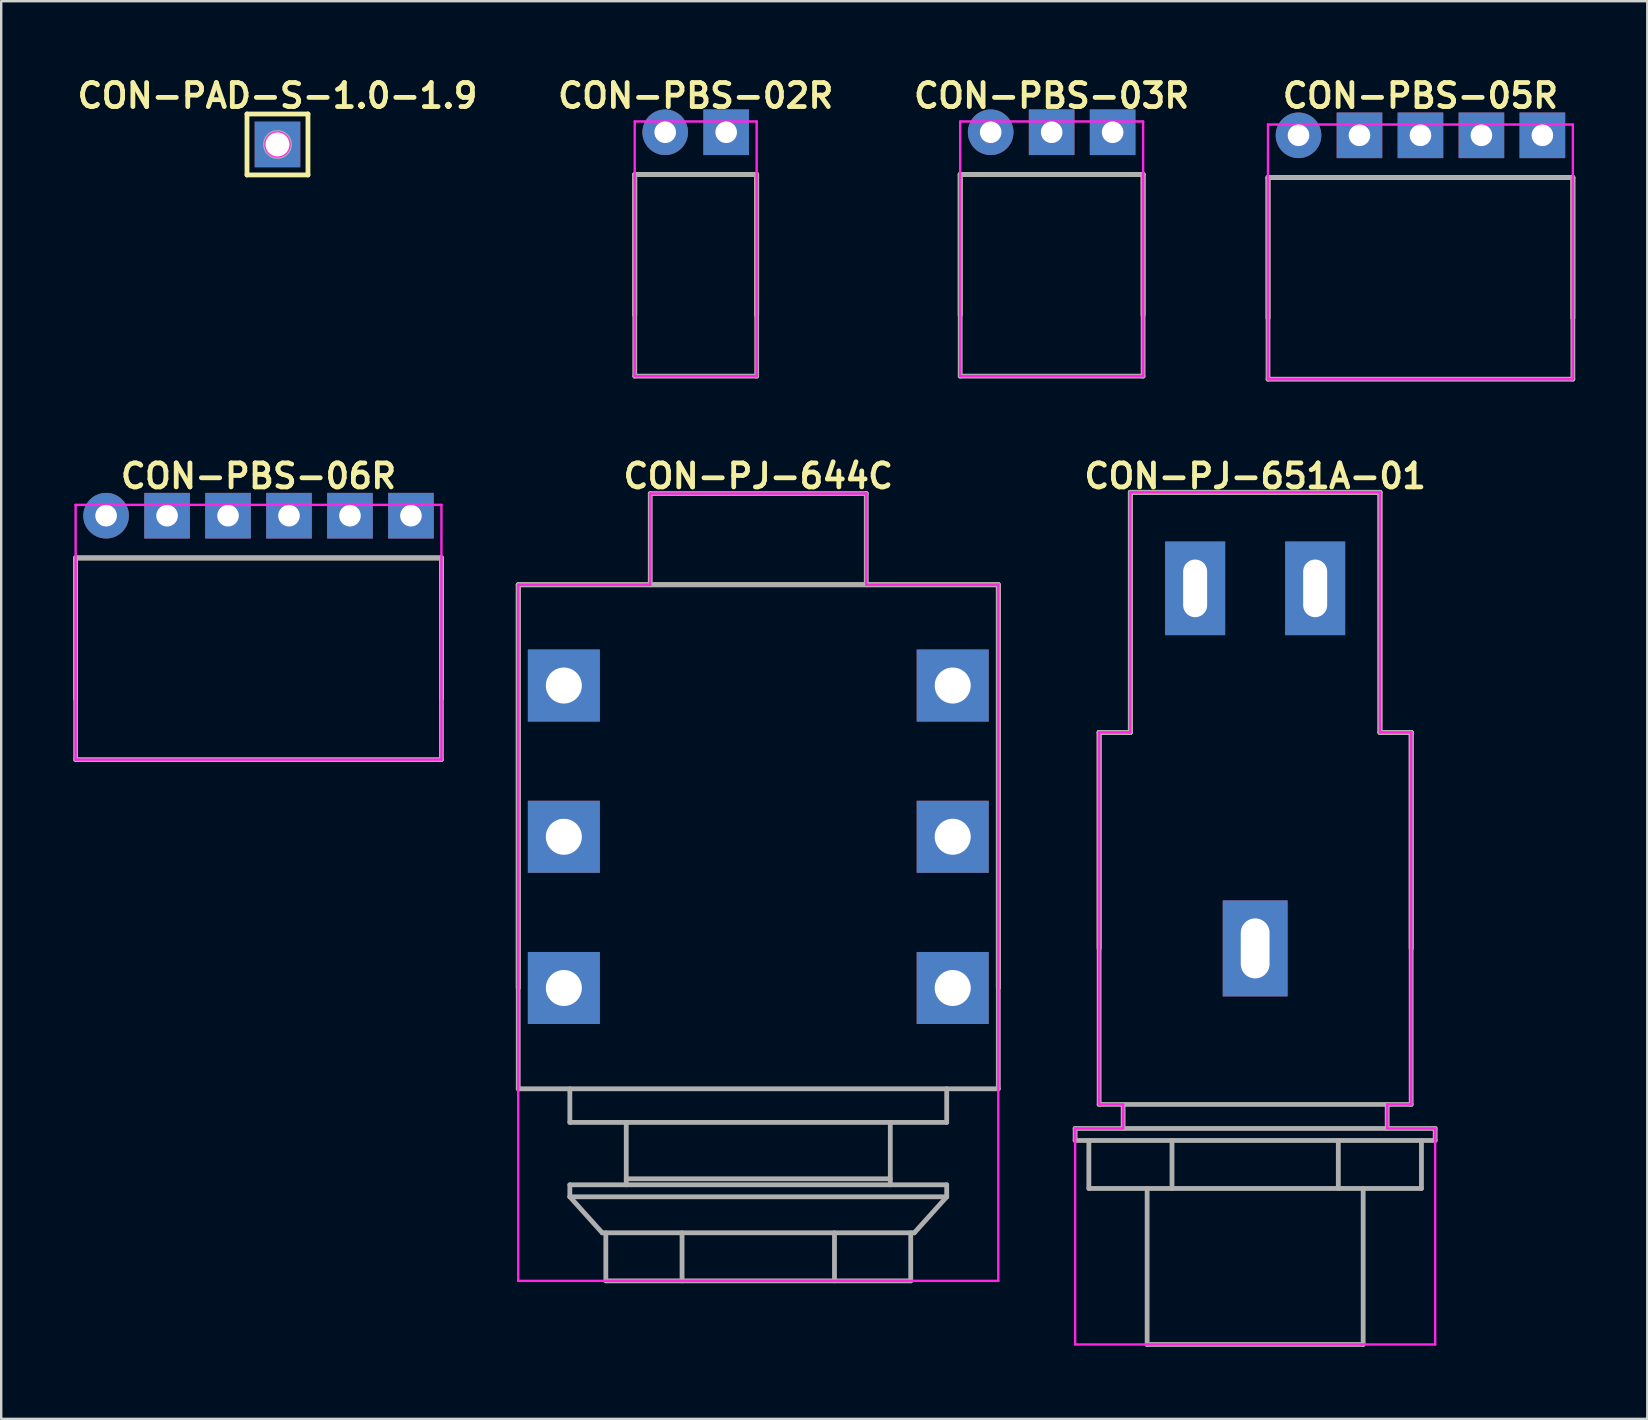
<source format=kicad_pcb>
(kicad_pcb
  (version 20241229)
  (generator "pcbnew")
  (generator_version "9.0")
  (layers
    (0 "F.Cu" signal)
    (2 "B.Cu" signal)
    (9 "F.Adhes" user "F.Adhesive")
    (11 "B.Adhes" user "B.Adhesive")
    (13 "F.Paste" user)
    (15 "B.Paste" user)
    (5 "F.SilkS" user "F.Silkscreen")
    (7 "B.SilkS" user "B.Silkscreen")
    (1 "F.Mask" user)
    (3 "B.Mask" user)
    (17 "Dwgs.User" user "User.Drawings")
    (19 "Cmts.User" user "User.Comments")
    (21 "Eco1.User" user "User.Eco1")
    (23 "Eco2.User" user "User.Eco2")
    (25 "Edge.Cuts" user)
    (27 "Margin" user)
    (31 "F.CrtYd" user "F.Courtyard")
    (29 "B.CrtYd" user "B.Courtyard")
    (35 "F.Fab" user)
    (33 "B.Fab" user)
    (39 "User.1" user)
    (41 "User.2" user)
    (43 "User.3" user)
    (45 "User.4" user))
  (footprint "CON-PAD-S-1.0-1.9"
    (layer "F.Cu")
    (at 8.51 2.968)
    (property "Reference" "CON-PAD-S-1.0-1.9" (at 0 -2.032 0) (layer "F.SilkS") (effects (font (size 1 1) (thickness 0.2))))
    (attr through_hole)
    (fp_line (start -1.27 -1.27) (end -1.27 1.27) (stroke (width 0.2) (type solid)) (layer "F.SilkS"))
    (fp_line (start -1.27 -1.27) (end 1.27 -1.27) (stroke (width 0.2) (type solid)) (layer "F.SilkS"))
    (fp_line (start -1.27 1.27) (end 1.27 1.27) (stroke (width 0.2) (type solid)) (layer "F.SilkS"))
    (fp_line (start 1.27 -1.27) (end 1.27 1.27) (stroke (width 0.2) (type solid)) (layer "F.SilkS"))
    (fp_circle (center 0 0) (end 0.5 0) (stroke (width 0.1) (type solid)) (fill no) (layer "F.CrtYd"))
    (fp_circle (center 0 0) (end 0.5 0) (stroke (width 0.2) (type solid)) (fill no) (layer "F.Fab"))
    (pad "1" thru_hole rect (at 0 0) (size 1.9 1.9) (drill 1) (layers "*.Cu" "*.Mask")))
  (footprint "CON-PJ-644C"
    (layer "F.Cu")
    (at 28.54 42.31)
    (property "Reference" "CON-PJ-644C" (at 0 -25.527 0) (layer "F.SilkS") (effects (font (size 1 1) (thickness 0.2))))
    (attr through_hole)
    (fp_line (start -10 -21) (end -10 -4.2) (stroke (width 0.2) (type solid)) (layer "F.SilkS"))
    (fp_line (start -10 -21) (end 10 -21) (stroke (width 0.2) (type solid)) (layer "F.SilkS"))
    (fp_line (start 10 -21) (end 10 -4.2) (stroke (width 0.2) (type solid)) (layer "F.SilkS"))
    (fp_line (start -10 -21) (end -10 8) (stroke (width 0.1) (type solid)) (layer "F.CrtYd"))
    (fp_line (start -10 -21) (end -4.5 -21) (stroke (width 0.1) (type solid)) (layer "F.CrtYd"))
    (fp_line (start -10 8) (end 10 8) (stroke (width 0.1) (type solid)) (layer "F.CrtYd"))
    (fp_line (start -4.5 -24.8) (end -4.5 -21) (stroke (width 0.1) (type solid)) (layer "F.CrtYd"))
    (fp_line (start -4.5 -24.8) (end 4.5 -24.8) (stroke (width 0.1) (type solid)) (layer "F.CrtYd"))
    (fp_line (start 4.5 -24.8) (end 4.5 -21) (stroke (width 0.1) (type solid)) (layer "F.CrtYd"))
    (fp_line (start 4.5 -21) (end 10 -21) (stroke (width 0.1) (type solid)) (layer "F.CrtYd"))
    (fp_line (start 10 -21) (end 10 8) (stroke (width 0.1) (type solid)) (layer "F.CrtYd"))
    (fp_line (start -10 -21) (end -10 0) (stroke (width 0.2) (type solid)) (layer "F.Fab"))
    (fp_line (start -10 -21) (end 10 -21) (stroke (width 0.2) (type solid)) (layer "F.Fab"))
    (fp_line (start -10 0) (end 10 0) (stroke (width 0.2) (type solid)) (layer "F.Fab"))
    (fp_line (start -7.85 0) (end -7.85 1.4) (stroke (width 0.2) (type solid)) (layer "F.Fab"))
    (fp_line (start -7.85 1.4) (end 7.85 1.4) (stroke (width 0.2) (type solid)) (layer "F.Fab"))
    (fp_line (start -7.85 4) (end -7.85 4.5) (stroke (width 0.2) (type solid)) (layer "F.Fab"))
    (fp_line (start -7.85 4) (end 7.85 4) (stroke (width 0.2) (type solid)) (layer "F.Fab"))
    (fp_line (start -7.85 4.5) (end -6.5 6) (stroke (width 0.2) (type solid)) (layer "F.Fab"))
    (fp_line (start -7.85 4.5) (end 7.85 4.5) (stroke (width 0.2) (type solid)) (layer "F.Fab"))
    (fp_line (start -6.5 6) (end 6.5 6) (stroke (width 0.2) (type solid)) (layer "F.Fab"))
    (fp_line (start -6.351 6) (end -6.351 8) (stroke (width 0.2) (type solid)) (layer "F.Fab"))
    (fp_line (start -6.351 8) (end 6.351 8) (stroke (width 0.2) (type solid)) (layer "F.Fab"))
    (fp_line (start -5.5 1.4) (end -5.5 4) (stroke (width 0.2) (type solid)) (layer "F.Fab"))
    (fp_line (start -5.5 3.75) (end 5.5 3.75) (stroke (width 0.2) (type solid)) (layer "F.Fab"))
    (fp_line (start -4.5 -24.8) (end -4.5 -21) (stroke (width 0.2) (type solid)) (layer "F.Fab"))
    (fp_line (start -4.5 -24.8) (end 4.5 -24.8) (stroke (width 0.2) (type solid)) (layer "F.Fab"))
    (fp_line (start -3.175 6) (end -3.175 8) (stroke (width 0.2) (type solid)) (layer "F.Fab"))
    (fp_line (start 3.175 6) (end 3.175 8) (stroke (width 0.2) (type solid)) (layer "F.Fab"))
    (fp_line (start 4.5 -24.8) (end 4.5 -21) (stroke (width 0.2) (type solid)) (layer "F.Fab"))
    (fp_line (start 5.5 1.4) (end 5.5 4) (stroke (width 0.2) (type solid)) (layer "F.Fab"))
    (fp_line (start 6.351 6) (end 6.351 8) (stroke (width 0.2) (type solid)) (layer "F.Fab"))
    (fp_line (start 7.85 0) (end 7.85 1.4) (stroke (width 0.2) (type solid)) (layer "F.Fab"))
    (fp_line (start 7.85 4) (end 7.85 4.5) (stroke (width 0.2) (type solid)) (layer "F.Fab"))
    (fp_line (start 7.85 4.5) (end 6.5 6) (stroke (width 0.2) (type solid)) (layer "F.Fab"))
    (fp_line (start 10 -21) (end 10 0) (stroke (width 0.2) (type solid)) (layer "F.Fab"))
    (pad "R" thru_hole rect (at 8.1 -10.5) (size 3 3) (drill 1.5) (layers "*.Cu" "*.Mask"))
    (pad "RN" thru_hole rect (at -8.1 -10.5) (size 3 3) (drill 1.5) (layers "*.Cu" "*.Mask"))
    (pad "S" thru_hole rect (at 8.1 -4.2) (size 3 3) (drill 1.5) (layers "*.Cu" "*.Mask"))
    (pad "SN" thru_hole rect (at -8.1 -4.2) (size 3 3) (drill 1.5) (layers "*.Cu" "*.Mask"))
    (pad "T" thru_hole rect (at 8.1 -16.8) (size 3 3) (drill 1.5) (layers "*.Cu" "*.Mask"))
    (pad "TN" thru_hole rect (at -8.1 -16.8) (size 3 3) (drill 1.5) (layers "*.Cu" "*.Mask")))
  (footprint "CON-PJ-651A-01"
    (layer "F.Cu")
    (at 49.24 43.961)
    (property "Reference" "CON-PJ-651A-01" (at 0 -27.178 0) (layer "F.SilkS") (effects (font (size 1 1) (thickness 0.2))))
    (attr through_hole)
    (fp_line (start -6.5 -16.5) (end -6.5 -7.5) (stroke (width 0.2) (type solid)) (layer "F.SilkS"))
    (fp_line (start -6.5 -16.5) (end -5.2 -16.5) (stroke (width 0.2) (type solid)) (layer "F.SilkS"))
    (fp_line (start -5.2 -26.5) (end -5.2 -16.5) (stroke (width 0.2) (type solid)) (layer "F.SilkS"))
    (fp_line (start -5.2 -26.5) (end 5.2 -26.5) (stroke (width 0.2) (type solid)) (layer "F.SilkS"))
    (fp_line (start 5.2 -26.5) (end 5.2 -16.5) (stroke (width 0.2) (type solid)) (layer "F.SilkS"))
    (fp_line (start 5.2 -16.5) (end 6.5 -16.5) (stroke (width 0.2) (type solid)) (layer "F.SilkS"))
    (fp_line (start 6.5 -16.5) (end 6.5 -7.5) (stroke (width 0.2) (type solid)) (layer "F.SilkS"))
    (fp_line (start -7.5 0) (end -7.5 9) (stroke (width 0.1) (type solid)) (layer "F.CrtYd"))
    (fp_line (start -7.5 0) (end -5.5 0) (stroke (width 0.1) (type solid)) (layer "F.CrtYd"))
    (fp_line (start -7.5 9) (end 7.5 9) (stroke (width 0.1) (type solid)) (layer "F.CrtYd"))
    (fp_line (start -6.5 -16.5) (end -6.5 -1) (stroke (width 0.1) (type solid)) (layer "F.CrtYd"))
    (fp_line (start -6.5 -16.5) (end -5.2 -16.5) (stroke (width 0.1) (type solid)) (layer "F.CrtYd"))
    (fp_line (start -6.5 -1) (end -5.5 -1) (stroke (width 0.1) (type solid)) (layer "F.CrtYd"))
    (fp_line (start -5.5 -1) (end -5.5 0) (stroke (width 0.1) (type solid)) (layer "F.CrtYd"))
    (fp_line (start -5.2 -26.5) (end -5.2 -16.5) (stroke (width 0.1) (type solid)) (layer "F.CrtYd"))
    (fp_line (start -5.2 -26.5) (end 5.2 -26.5) (stroke (width 0.1) (type solid)) (layer "F.CrtYd"))
    (fp_line (start 5.2 -26.5) (end 5.2 -16.5) (stroke (width 0.1) (type solid)) (layer "F.CrtYd"))
    (fp_line (start 5.2 -16.5) (end 6.5 -16.5) (stroke (width 0.1) (type solid)) (layer "F.CrtYd"))
    (fp_line (start 5.5 -1) (end 5.5 0) (stroke (width 0.1) (type solid)) (layer "F.CrtYd"))
    (fp_line (start 5.5 -1) (end 6.5 -1) (stroke (width 0.1) (type solid)) (layer "F.CrtYd"))
    (fp_line (start 5.5 0) (end 7.5 0) (stroke (width 0.1) (type solid)) (layer "F.CrtYd"))
    (fp_line (start 6.5 -16.5) (end 6.5 -1) (stroke (width 0.1) (type solid)) (layer "F.CrtYd"))
    (fp_line (start 7.5 0) (end 7.5 9) (stroke (width 0.1) (type solid)) (layer "F.CrtYd"))
    (fp_line (start -7.5 0) (end -7.5 0.5) (stroke (width 0.2) (type solid)) (layer "F.Fab"))
    (fp_line (start -7.5 0) (end 7.5 0) (stroke (width 0.2) (type solid)) (layer "F.Fab"))
    (fp_line (start -7.5 0.5) (end 7.5 0.5) (stroke (width 0.2) (type solid)) (layer "F.Fab"))
    (fp_line (start -6.928 0.5) (end -6.928 2.5) (stroke (width 0.2) (type solid)) (layer "F.Fab"))
    (fp_line (start -6.928 2.5) (end 6.928 2.5) (stroke (width 0.2) (type solid)) (layer "F.Fab"))
    (fp_line (start -6.5 -16.5) (end -6.5 -1) (stroke (width 0.2) (type solid)) (layer "F.Fab"))
    (fp_line (start -6.5 -16.5) (end -5.2 -16.5) (stroke (width 0.2) (type solid)) (layer "F.Fab"))
    (fp_line (start -6.5 -1) (end 6.5 -1) (stroke (width 0.2) (type solid)) (layer "F.Fab"))
    (fp_line (start -5.5 -1) (end -5.5 0) (stroke (width 0.2) (type solid)) (layer "F.Fab"))
    (fp_line (start -5.2 -26.5) (end -5.2 -16.5) (stroke (width 0.2) (type solid)) (layer "F.Fab"))
    (fp_line (start -5.2 -26.5) (end 5.2 -26.5) (stroke (width 0.2) (type solid)) (layer "F.Fab"))
    (fp_line (start -4.5 2.5) (end -4.5 9) (stroke (width 0.2) (type solid)) (layer "F.Fab"))
    (fp_line (start -4.5 9) (end 4.5 9) (stroke (width 0.2) (type solid)) (layer "F.Fab"))
    (fp_line (start -3.464 0.5) (end -3.464 2.5) (stroke (width 0.2) (type solid)) (layer "F.Fab"))
    (fp_line (start 3.464 0.5) (end 3.464 2.5) (stroke (width 0.2) (type solid)) (layer "F.Fab"))
    (fp_line (start 4.5 2.5) (end 4.5 9) (stroke (width 0.2) (type solid)) (layer "F.Fab"))
    (fp_line (start 5.2 -26.5) (end 5.2 -16.5) (stroke (width 0.2) (type solid)) (layer "F.Fab"))
    (fp_line (start 5.2 -16.5) (end 6.5 -16.5) (stroke (width 0.2) (type solid)) (layer "F.Fab"))
    (fp_line (start 5.5 -1) (end 5.5 0) (stroke (width 0.2) (type solid)) (layer "F.Fab"))
    (fp_line (start 6.5 -16.5) (end 6.5 -1) (stroke (width 0.2) (type solid)) (layer "F.Fab"))
    (fp_line (start 6.928 0.5) (end 6.928 2.5) (stroke (width 0.2) (type solid)) (layer "F.Fab"))
    (fp_line (start 7.5 0) (end 7.5 0.5) (stroke (width 0.2) (type solid)) (layer "F.Fab"))
    (pad "R" thru_hole rect (at -2.5 -22.5) (size 2.5 3.9) (drill oval 1 2.4) (layers "*.Cu" "*.Mask"))
    (pad "S" thru_hole rect (at 0 -7.5) (size 2.7 4) (drill oval 1.2 2.5) (layers "*.Cu" "*.Mask"))
    (pad "T" thru_hole rect (at 2.5 -22.5) (size 2.5 3.9) (drill oval 1 2.4) (layers "*.Cu" "*.Mask")))
  (footprint "CON-PBS-03R"
    (layer "F.Cu")
    (at 40.762 2.46)
    (property "Reference" "CON-PBS-03R" (at 0 -1.524 0) (layer "F.SilkS") (effects (font (size 1 1) (thickness 0.2))))
    (attr through_hole)
    (fp_line (start -3.81 1.76) (end -3.81 7.62) (stroke (width 0.2) (type solid)) (layer "F.SilkS"))
    (fp_line (start -3.81 1.76) (end 3.81 1.76) (stroke (width 0.2) (type solid)) (layer "F.SilkS"))
    (fp_line (start 3.81 1.76) (end 3.81 7.62) (stroke (width 0.2) (type solid)) (layer "F.SilkS"))
    (fp_line (start -3.81 -0.45) (end -3.81 10.16) (stroke (width 0.1) (type solid)) (layer "F.CrtYd"))
    (fp_line (start -3.81 -0.45) (end 3.81 -0.45) (stroke (width 0.1) (type solid)) (layer "F.CrtYd"))
    (fp_line (start -3.81 10.16) (end 3.81 10.16) (stroke (width 0.1) (type solid)) (layer "F.CrtYd"))
    (fp_line (start 3.81 -0.45) (end 3.81 10.16) (stroke (width 0.1) (type solid)) (layer "F.CrtYd"))
    (fp_line (start -3.81 1.76) (end -3.81 10.16) (stroke (width 0.2) (type solid)) (layer "F.Fab"))
    (fp_line (start -3.81 1.76) (end 3.81 1.76) (stroke (width 0.2) (type solid)) (layer "F.Fab"))
    (fp_line (start -3.81 10.16) (end 3.81 10.16) (stroke (width 0.2) (type solid)) (layer "F.Fab"))
    (fp_line (start 3.81 1.76) (end 3.81 10.16) (stroke (width 0.2) (type solid)) (layer "F.Fab"))
    (pad "1" thru_hole circle (at -2.54 0) (size 1.9 1.9) (drill 0.9) (layers "*.Cu" "*.Mask"))
    (pad "2" thru_hole rect (at 0 0) (size 1.9 1.9) (drill 0.9) (layers "*.Cu" "*.Mask"))
    (pad "3" thru_hole rect (at 2.54 0) (size 1.9 1.9) (drill 0.9) (layers "*.Cu" "*.Mask")))
  (footprint "CON-PBS-02R"
    (layer "F.Cu")
    (at 25.933 2.46)
    (property "Reference" "CON-PBS-02R" (at 0 -1.524 0) (layer "F.SilkS") (effects (font (size 1 1) (thickness 0.2))))
    (attr through_hole)
    (fp_line (start -2.54 1.76) (end -2.54 7.62) (stroke (width 0.2) (type solid)) (layer "F.SilkS"))
    (fp_line (start -2.54 1.76) (end 2.54 1.76) (stroke (width 0.2) (type solid)) (layer "F.SilkS"))
    (fp_line (start 2.54 1.76) (end 2.54 7.62) (stroke (width 0.2) (type solid)) (layer "F.SilkS"))
    (fp_line (start -2.54 -0.45) (end -2.54 10.16) (stroke (width 0.1) (type solid)) (layer "F.CrtYd"))
    (fp_line (start -2.54 -0.45) (end 2.54 -0.45) (stroke (width 0.1) (type solid)) (layer "F.CrtYd"))
    (fp_line (start -2.54 10.16) (end 2.54 10.16) (stroke (width 0.1) (type solid)) (layer "F.CrtYd"))
    (fp_line (start 2.54 -0.45) (end 2.54 10.16) (stroke (width 0.1) (type solid)) (layer "F.CrtYd"))
    (fp_line (start -2.54 1.76) (end -2.54 10.16) (stroke (width 0.2) (type solid)) (layer "F.Fab"))
    (fp_line (start -2.54 1.76) (end 2.54 1.76) (stroke (width 0.2) (type solid)) (layer "F.Fab"))
    (fp_line (start -2.54 10.16) (end 2.54 10.16) (stroke (width 0.2) (type solid)) (layer "F.Fab"))
    (fp_line (start 2.54 1.76) (end 2.54 10.16) (stroke (width 0.2) (type solid)) (layer "F.Fab"))
    (pad "1" thru_hole circle (at -1.27 0) (size 1.9 1.9) (drill 0.9) (layers "*.Cu" "*.Mask"))
    (pad "2" thru_hole rect (at 1.27 0) (size 1.9 1.9) (drill 0.9) (layers "*.Cu" "*.Mask")))
  (footprint "CON-PBS-05R"
    (layer "F.Cu")
    (at 56.126 2.587)
    (property "Reference" "CON-PBS-05R" (at 0 -1.651 0) (layer "F.SilkS") (effects (font (size 1 1) (thickness 0.2))))
    (attr through_hole)
    (fp_line (start -6.35 1.76) (end -6.35 7.62) (stroke (width 0.2) (type solid)) (layer "F.SilkS"))
    (fp_line (start -6.35 1.76) (end 6.35 1.76) (stroke (width 0.2) (type solid)) (layer "F.SilkS"))
    (fp_line (start 6.35 1.76) (end 6.35 7.62) (stroke (width 0.2) (type solid)) (layer "F.SilkS"))
    (fp_line (start -6.35 -0.45) (end -6.35 10.16) (stroke (width 0.1) (type solid)) (layer "F.CrtYd"))
    (fp_line (start -6.35 -0.45) (end 6.35 -0.45) (stroke (width 0.1) (type solid)) (layer "F.CrtYd"))
    (fp_line (start -6.35 10.16) (end 6.35 10.16) (stroke (width 0.1) (type solid)) (layer "F.CrtYd"))
    (fp_line (start 6.35 -0.45) (end 6.35 10.16) (stroke (width 0.1) (type solid)) (layer "F.CrtYd"))
    (fp_line (start -6.35 1.76) (end -6.35 10.16) (stroke (width 0.2) (type solid)) (layer "F.Fab"))
    (fp_line (start -6.35 1.76) (end 6.35 1.76) (stroke (width 0.2) (type solid)) (layer "F.Fab"))
    (fp_line (start -6.35 10.16) (end 6.35 10.16) (stroke (width 0.2) (type solid)) (layer "F.Fab"))
    (fp_line (start 6.35 1.76) (end 6.35 10.16) (stroke (width 0.2) (type solid)) (layer "F.Fab"))
    (pad "1" thru_hole circle (at -5.08 0) (size 1.9 1.9) (drill 0.9) (layers "*.Cu" "*.Mask"))
    (pad "2" thru_hole rect (at -2.54 0) (size 1.9 1.9) (drill 0.9) (layers "*.Cu" "*.Mask"))
    (pad "3" thru_hole rect (at 0 0) (size 1.9 1.9) (drill 0.9) (layers "*.Cu" "*.Mask"))
    (pad "4" thru_hole rect (at 2.54 0) (size 1.9 1.9) (drill 0.9) (layers "*.Cu" "*.Mask"))
    (pad "5" thru_hole rect (at 5.08 0) (size 1.9 1.9) (drill 0.9) (layers "*.Cu" "*.Mask")))
  (footprint "CON-PBS-06R"
    (layer "F.Cu")
    (at 7.72 18.434)
    (property "Reference" "CON-PBS-06R" (at 0 -1.651 0) (layer "F.SilkS") (effects (font (size 1 1) (thickness 0.2))))
    (attr through_hole)
    (fp_line (start -7.62 1.76) (end -7.62 7.62) (stroke (width 0.2) (type solid)) (layer "F.SilkS"))
    (fp_line (start -7.62 1.76) (end 7.62 1.76) (stroke (width 0.2) (type solid)) (layer "F.SilkS"))
    (fp_line (start 7.62 1.76) (end 7.62 7.62) (stroke (width 0.2) (type solid)) (layer "F.SilkS"))
    (fp_line (start -7.62 -0.45) (end -7.62 10.16) (stroke (width 0.1) (type solid)) (layer "F.CrtYd"))
    (fp_line (start -7.62 -0.45) (end 7.62 -0.45) (stroke (width 0.1) (type solid)) (layer "F.CrtYd"))
    (fp_line (start -7.62 10.16) (end 7.62 10.16) (stroke (width 0.1) (type solid)) (layer "F.CrtYd"))
    (fp_line (start 7.62 -0.45) (end 7.62 10.16) (stroke (width 0.1) (type solid)) (layer "F.CrtYd"))
    (fp_line (start -7.62 1.76) (end -7.62 10.16) (stroke (width 0.2) (type solid)) (layer "F.Fab"))
    (fp_line (start -7.62 1.76) (end 7.62 1.76) (stroke (width 0.2) (type solid)) (layer "F.Fab"))
    (fp_line (start -7.62 10.16) (end 7.62 10.16) (stroke (width 0.2) (type solid)) (layer "F.Fab"))
    (fp_line (start 7.62 1.76) (end 7.62 10.16) (stroke (width 0.2) (type solid)) (layer "F.Fab"))
    (pad "1" thru_hole circle (at -6.35 0) (size 1.9 1.9) (drill 0.9) (layers "*.Cu" "*.Mask"))
    (pad "2" thru_hole rect (at -3.81 0) (size 1.9 1.9) (drill 0.9) (layers "*.Cu" "*.Mask"))
    (pad "3" thru_hole rect (at -1.27 0) (size 1.9 1.9) (drill 0.9) (layers "*.Cu" "*.Mask"))
    (pad "4" thru_hole rect (at 1.27 0) (size 1.9 1.9) (drill 0.9) (layers "*.Cu" "*.Mask"))
    (pad "5" thru_hole rect (at 3.81 0) (size 1.9 1.9) (drill 0.9) (layers "*.Cu" "*.Mask"))
    (pad "6" thru_hole rect (at 6.35 0) (size 1.9 1.9) (drill 0.9) (layers "*.Cu" "*.Mask")))
  (gr_rect
    (start -3 -3)
    (end 65.576 56.061)
    (stroke (width 0.1) (type default))
    (fill no)
    (layer "Edge.Cuts")))
</source>
